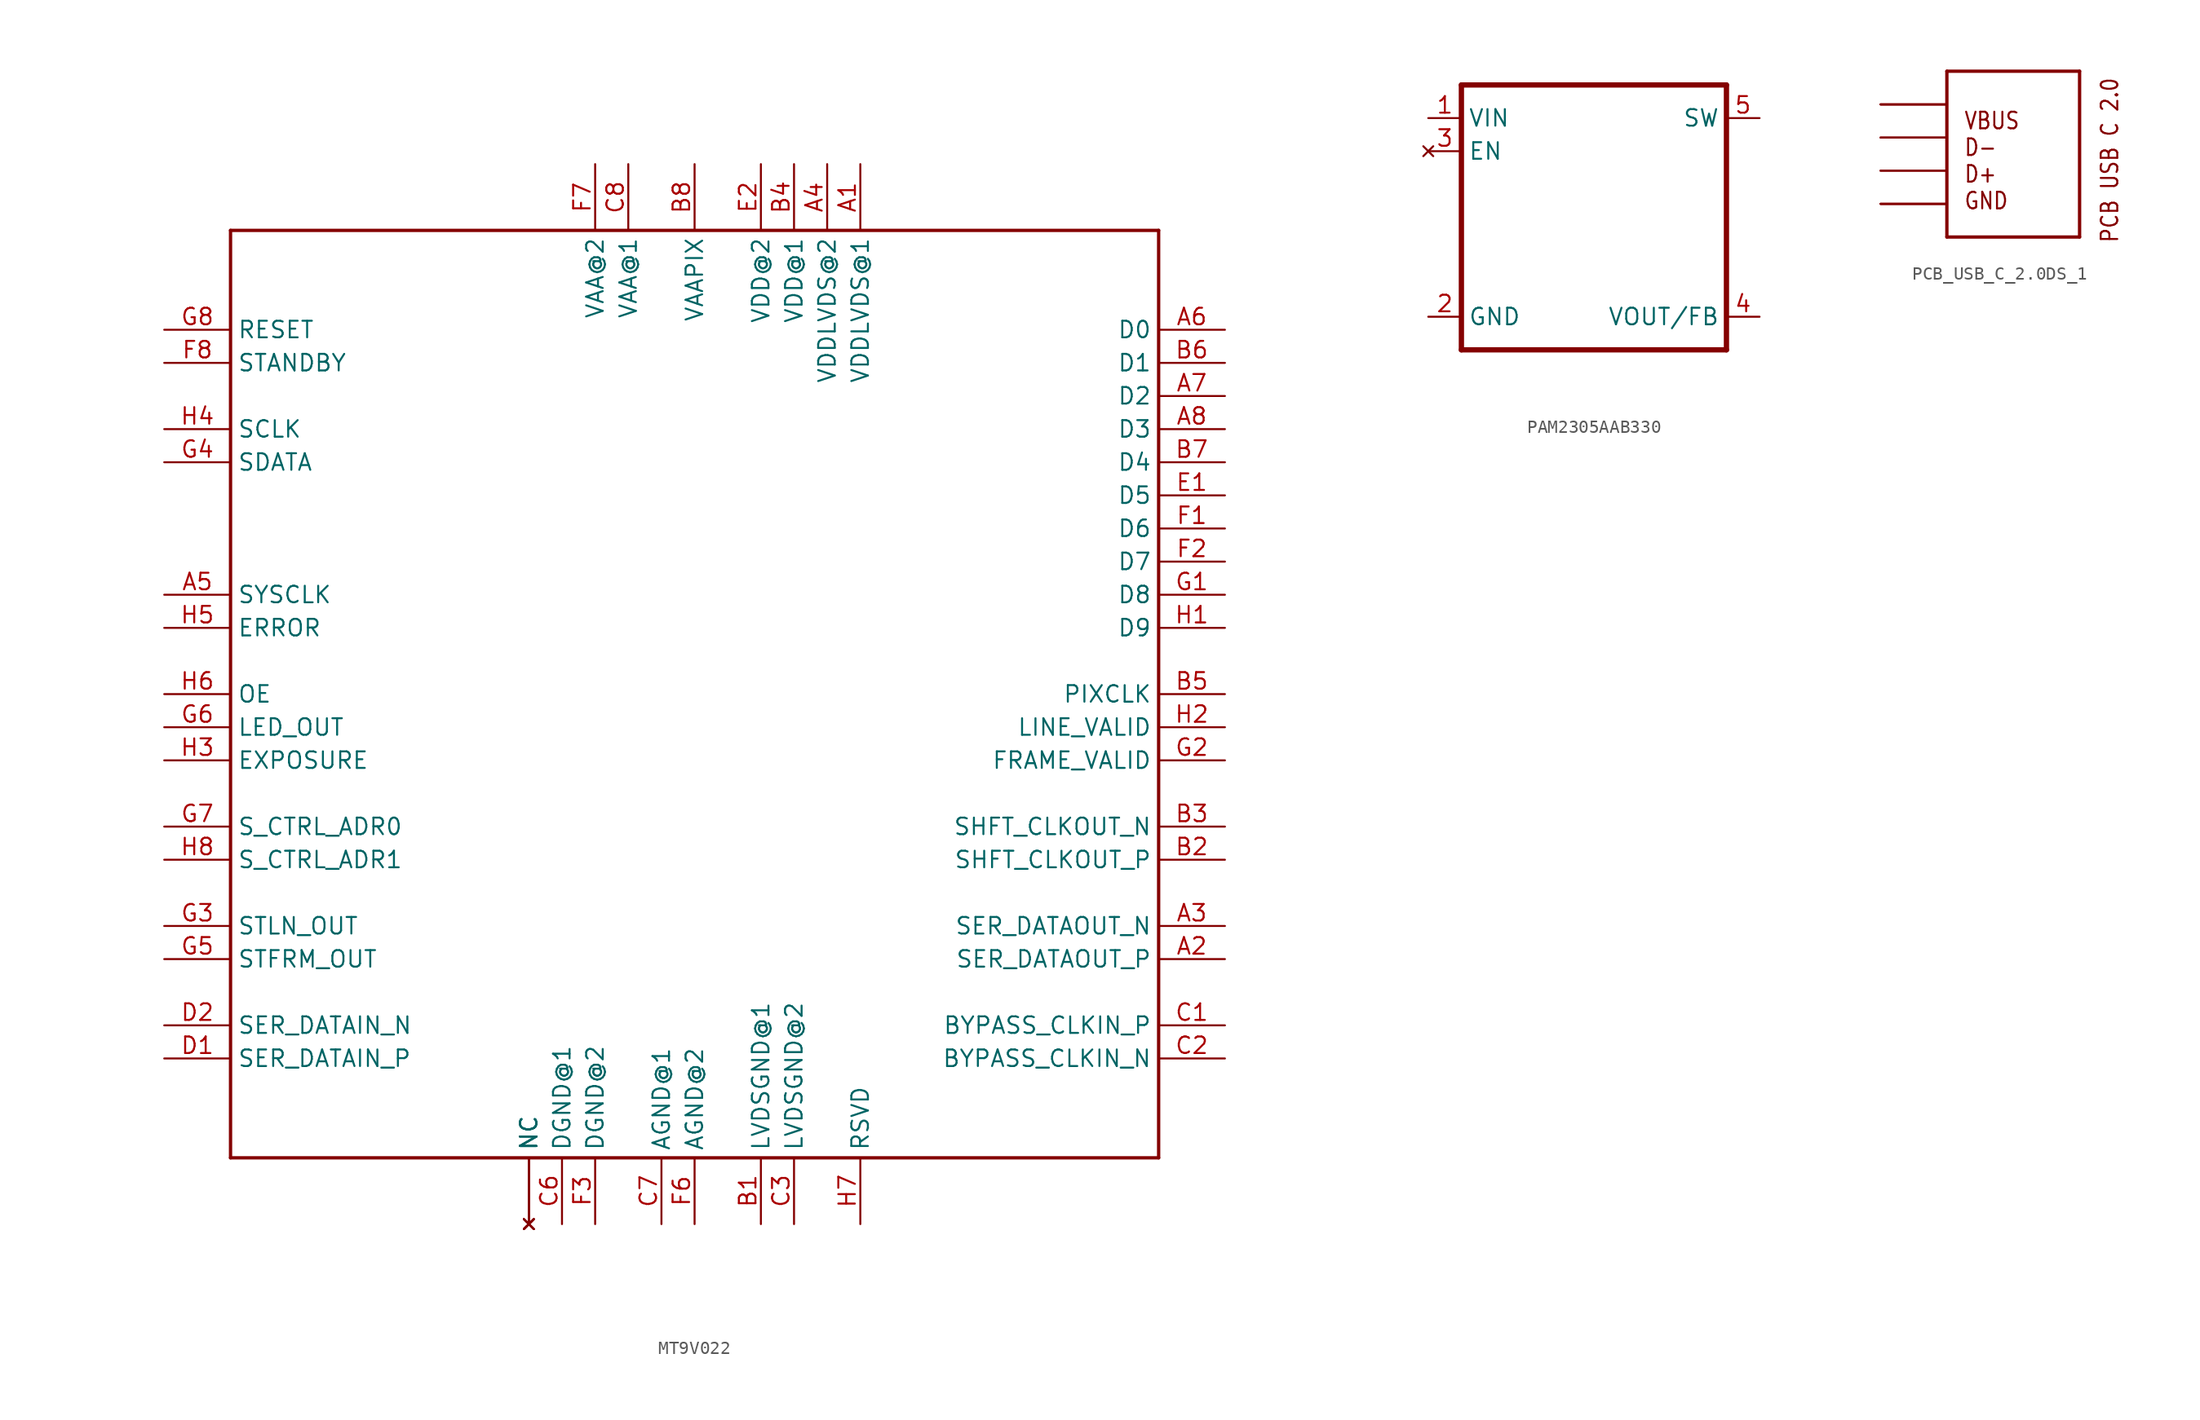
<source format=kicad_sym>
(kicad_symbol_lib
  (version 20231120)
  (generator "kicad_symbol_editor")
  (generator_version "8.0")
  (symbol "MT9V022"
    (property "Reference" ""
      (at -35.56 38.1 0)
      (effects (font (size 3.81 3.239)) (justify left bottom) (hide yes)))
    (property "Value" ""
      (at 15.24 -40.64 0)
      (effects (font (size 3.81 3.239)) (justify left bottom)))
    (property "ki_locked" ""
      (at 0 0 0)
      (effects (font (size 1.27 1.27))))
    (symbol "MT9V022_1_0"
      (polyline (pts (xy -35.56 -35.56) (xy -35.56 35.56)) (stroke (width 0.254) (type solid)) (fill (type none)))
      (polyline (pts (xy -35.56 35.56) (xy 35.56 35.56)) (stroke (width 0.254) (type solid)) (fill (type none)))
      (polyline (pts (xy 35.56 -35.56) (xy -35.56 -35.56)) (stroke (width 0.254) (type solid)) (fill (type none)))
      (polyline (pts (xy 35.56 35.56) (xy 35.56 -35.56)) (stroke (width 0.254) (type solid)) (fill (type none)))
      (pin passive line (at 12.7 40.64 270) (length 5.08) (name "VDDLVDS@1" (effects (font (size 1.27 1.27)))) (number "A1" (effects (font (size 1.27 1.27)))))
      (pin bidirectional line (at 40.64 -20.32 180) (length 5.08) (name "SER_DATAOUT_P" (effects (font (size 1.27 1.27)))) (number "A2" (effects (font (size 1.27 1.27)))))
      (pin bidirectional line (at 40.64 -17.78 180) (length 5.08) (name "SER_DATAOUT_N" (effects (font (size 1.27 1.27)))) (number "A3" (effects (font (size 1.27 1.27)))))
      (pin passive line (at 10.16 40.64 270) (length 5.08) (name "VDDLVDS@2" (effects (font (size 1.27 1.27)))) (number "A4" (effects (font (size 1.27 1.27)))))
      (pin bidirectional line (at -40.64 7.62 0) (length 5.08) (name "SYSCLK" (effects (font (size 1.27 1.27)))) (number "A5" (effects (font (size 1.27 1.27)))))
      (pin bidirectional line (at 40.64 27.94 180) (length 5.08) (name "D0" (effects (font (size 1.27 1.27)))) (number "A6" (effects (font (size 1.27 1.27)))))
      (pin bidirectional line (at 40.64 22.86 180) (length 5.08) (name "D2" (effects (font (size 1.27 1.27)))) (number "A7" (effects (font (size 1.27 1.27)))))
      (pin bidirectional line (at 40.64 20.32 180) (length 5.08) (name "D3" (effects (font (size 1.27 1.27)))) (number "A8" (effects (font (size 1.27 1.27)))))
      (pin power_in line (at 5.08 -40.64 90) (length 5.08) (name "LVDSGND@1" (effects (font (size 1.27 1.27)))) (number "B1" (effects (font (size 1.27 1.27)))))
      (pin bidirectional line (at 40.64 -12.7 180) (length 5.08) (name "SHFT_CLKOUT_P" (effects (font (size 1.27 1.27)))) (number "B2" (effects (font (size 1.27 1.27)))))
      (pin bidirectional line (at 40.64 -10.16 180) (length 5.08) (name "SHFT_CLKOUT_N" (effects (font (size 1.27 1.27)))) (number "B3" (effects (font (size 1.27 1.27)))))
      (pin power_in line (at 7.62 40.64 270) (length 5.08) (name "VDD@1" (effects (font (size 1.27 1.27)))) (number "B4" (effects (font (size 1.27 1.27)))))
      (pin bidirectional line (at 40.64 0 180) (length 5.08) (name "PIXCLK" (effects (font (size 1.27 1.27)))) (number "B5" (effects (font (size 1.27 1.27)))))
      (pin bidirectional line (at 40.64 25.4 180) (length 5.08) (name "D1" (effects (font (size 1.27 1.27)))) (number "B6" (effects (font (size 1.27 1.27)))))
      (pin bidirectional line (at 40.64 17.78 180) (length 5.08) (name "D4" (effects (font (size 1.27 1.27)))) (number "B7" (effects (font (size 1.27 1.27)))))
      (pin power_in line (at 0 40.64 270) (length 5.08) (name "VAAPIX" (effects (font (size 1.27 1.27)))) (number "B8" (effects (font (size 1.27 1.27)))))
      (pin bidirectional line (at 40.64 -25.4 180) (length 5.08) (name "BYPASS_CLKIN_P" (effects (font (size 1.27 1.27)))) (number "C1" (effects (font (size 1.27 1.27)))))
      (pin bidirectional line (at 40.64 -27.94 180) (length 5.08) (name "BYPASS_CLKIN_N" (effects (font (size 1.27 1.27)))) (number "C2" (effects (font (size 1.27 1.27)))))
      (pin power_in line (at 7.62 -40.64 90) (length 5.08) (name "LVDSGND@2" (effects (font (size 1.27 1.27)))) (number "C3" (effects (font (size 1.27 1.27)))))
      (pin power_in line (at -10.16 -40.64 90) (length 5.08) (name "DGND@1" (effects (font (size 1.27 1.27)))) (number "C6" (effects (font (size 1.27 1.27)))))
      (pin power_in line (at -2.54 -40.64 90) (length 5.08) (name "AGND@1" (effects (font (size 1.27 1.27)))) (number "C7" (effects (font (size 1.27 1.27)))))
      (pin power_in line (at -5.08 40.64 270) (length 5.08) (name "VAA@1" (effects (font (size 1.27 1.27)))) (number "C8" (effects (font (size 1.27 1.27)))))
      (pin bidirectional line (at -40.64 -27.94 0) (length 5.08) (name "SER_DATAIN_P" (effects (font (size 1.27 1.27)))) (number "D1" (effects (font (size 1.27 1.27)))))
      (pin bidirectional line (at -40.64 -25.4 0) (length 5.08) (name "SER_DATAIN_N" (effects (font (size 1.27 1.27)))) (number "D2" (effects (font (size 1.27 1.27)))))
      (pin no_connect line (at -12.7 -40.64 90) (length 5.08) (name "NC" (effects (font (size 1.27 1.27)))) (number "D7" (effects (font (size 0 0)))))
      (pin no_connect line (at -12.7 -40.64 90) (length 5.08) (name "NC" (effects (font (size 1.27 1.27)))) (number "D8" (effects (font (size 0 0)))))
      (pin bidirectional line (at 40.64 15.24 180) (length 5.08) (name "D5" (effects (font (size 1.27 1.27)))) (number "E1" (effects (font (size 1.27 1.27)))))
      (pin power_in line (at 5.08 40.64 270) (length 5.08) (name "VDD@2" (effects (font (size 1.27 1.27)))) (number "E2" (effects (font (size 1.27 1.27)))))
      (pin no_connect line (at -12.7 -40.64 90) (length 5.08) (name "NC" (effects (font (size 1.27 1.27)))) (number "E7" (effects (font (size 0 0)))))
      (pin no_connect line (at -12.7 -40.64 90) (length 5.08) (name "NC" (effects (font (size 1.27 1.27)))) (number "E8" (effects (font (size 0 0)))))
      (pin bidirectional line (at 40.64 12.7 180) (length 5.08) (name "D6" (effects (font (size 1.27 1.27)))) (number "F1" (effects (font (size 1.27 1.27)))))
      (pin bidirectional line (at 40.64 10.16 180) (length 5.08) (name "D7" (effects (font (size 1.27 1.27)))) (number "F2" (effects (font (size 1.27 1.27)))))
      (pin power_in line (at -7.62 -40.64 90) (length 5.08) (name "DGND@2" (effects (font (size 1.27 1.27)))) (number "F3" (effects (font (size 1.27 1.27)))))
      (pin power_in line (at 0 -40.64 90) (length 5.08) (name "AGND@2" (effects (font (size 1.27 1.27)))) (number "F6" (effects (font (size 1.27 1.27)))))
      (pin power_in line (at -7.62 40.64 270) (length 5.08) (name "VAA@2" (effects (font (size 1.27 1.27)))) (number "F7" (effects (font (size 1.27 1.27)))))
      (pin bidirectional line (at -40.64 25.4 0) (length 5.08) (name "STANDBY" (effects (font (size 1.27 1.27)))) (number "F8" (effects (font (size 1.27 1.27)))))
      (pin bidirectional line (at 40.64 7.62 180) (length 5.08) (name "D8" (effects (font (size 1.27 1.27)))) (number "G1" (effects (font (size 1.27 1.27)))))
      (pin bidirectional line (at 40.64 -5.08 180) (length 5.08) (name "FRAME_VALID" (effects (font (size 1.27 1.27)))) (number "G2" (effects (font (size 1.27 1.27)))))
      (pin bidirectional line (at -40.64 -17.78 0) (length 5.08) (name "STLN_OUT" (effects (font (size 1.27 1.27)))) (number "G3" (effects (font (size 1.27 1.27)))))
      (pin bidirectional line (at -40.64 17.78 0) (length 5.08) (name "SDATA" (effects (font (size 1.27 1.27)))) (number "G4" (effects (font (size 1.27 1.27)))))
      (pin bidirectional line (at -40.64 -20.32 0) (length 5.08) (name "STFRM_OUT" (effects (font (size 1.27 1.27)))) (number "G5" (effects (font (size 1.27 1.27)))))
      (pin bidirectional line (at -40.64 -2.54 0) (length 5.08) (name "LED_OUT" (effects (font (size 1.27 1.27)))) (number "G6" (effects (font (size 1.27 1.27)))))
      (pin bidirectional line (at -40.64 -10.16 0) (length 5.08) (name "S_CTRL_ADR0" (effects (font (size 1.27 1.27)))) (number "G7" (effects (font (size 1.27 1.27)))))
      (pin bidirectional line (at -40.64 27.94 0) (length 5.08) (name "RESET" (effects (font (size 1.27 1.27)))) (number "G8" (effects (font (size 1.27 1.27)))))
      (pin bidirectional line (at 40.64 5.08 180) (length 5.08) (name "D9" (effects (font (size 1.27 1.27)))) (number "H1" (effects (font (size 1.27 1.27)))))
      (pin bidirectional line (at 40.64 -2.54 180) (length 5.08) (name "LINE_VALID" (effects (font (size 1.27 1.27)))) (number "H2" (effects (font (size 1.27 1.27)))))
      (pin bidirectional line (at -40.64 -5.08 0) (length 5.08) (name "EXPOSURE" (effects (font (size 1.27 1.27)))) (number "H3" (effects (font (size 1.27 1.27)))))
      (pin bidirectional line (at -40.64 20.32 0) (length 5.08) (name "SCLK" (effects (font (size 1.27 1.27)))) (number "H4" (effects (font (size 1.27 1.27)))))
      (pin bidirectional line (at -40.64 5.08 0) (length 5.08) (name "ERROR" (effects (font (size 1.27 1.27)))) (number "H5" (effects (font (size 1.27 1.27)))))
      (pin bidirectional line (at -40.64 0 0) (length 5.08) (name "OE" (effects (font (size 1.27 1.27)))) (number "H6" (effects (font (size 1.27 1.27)))))
      (pin power_in line (at 12.7 -40.64 90) (length 5.08) (name "RSVD" (effects (font (size 1.27 1.27)))) (number "H7" (effects (font (size 1.27 1.27)))))
      (pin bidirectional line (at -40.64 -12.7 0) (length 5.08) (name "S_CTRL_ADR1" (effects (font (size 1.27 1.27)))) (number "H8" (effects (font (size 1.27 1.27)))))))
  (symbol "PAM2305AAB330"
    (property "Reference" ""
      (at -10.16 11.43 0)
      (effects (font (size 1.778 1.511)) (justify left bottom) (hide yes)))
    (property "Value" ""
      (at 3.81 -12.7 0)
      (effects (font (size 1.778 1.511)) (justify left bottom)))
    (property "ki_locked" ""
      (at 0 0 0)
      (effects (font (size 1.27 1.27))))
    (symbol "PAM2305AAB330_1_0"
      (polyline (pts (xy -10.16 -10.16) (xy 10.16 -10.16)) (stroke (width 0.406) (type solid)) (fill (type none)))
      (polyline (pts (xy -10.16 10.16) (xy -10.16 -10.16)) (stroke (width 0.406) (type solid)) (fill (type none)))
      (polyline (pts (xy 10.16 -10.16) (xy 10.16 10.16)) (stroke (width 0.406) (type solid)) (fill (type none)))
      (polyline (pts (xy 10.16 10.16) (xy -10.16 10.16)) (stroke (width 0.406) (type solid)) (fill (type none)))
      (pin power_in line (at -12.7 7.62 0) (length 2.54) (name "VIN" (effects (font (size 1.27 1.27)))) (number "1" (effects (font (size 1.27 1.27)))))
      (pin power_in line (at -12.7 -7.62 0) (length 2.54) (name "GND" (effects (font (size 1.27 1.27)))) (number "2" (effects (font (size 1.27 1.27)))))
      (pin no_connect line (at -12.7 5.08 0) (length 2.54) (name "EN" (effects (font (size 1.27 1.27)))) (number "3" (effects (font (size 1.27 1.27)))))
      (pin passive line (at 12.7 -7.62 180) (length 2.54) (name "VOUT/FB" (effects (font (size 1.27 1.27)))) (number "4" (effects (font (size 1.27 1.27)))))
      (pin power_in line (at 12.7 7.62 180) (length 2.54) (name "SW" (effects (font (size 1.27 1.27)))) (number "5" (effects (font (size 1.27 1.27)))))))
  (symbol "PCB_USB_C_2.0DS_1"
    (property "Reference" ""
      (at -1.778 5.842 0)
      (effects (font (size 1.27 1.079)) (justify left bottom) (hide yes)))
    (property "ki_locked" ""
      (at 0 0 0)
      (effects (font (size 1.27 1.27))))
    (symbol "PCB_USB_C_2.0DS_1_1_0"
      (polyline (pts (xy -2.54 -7.62) (xy 7.62 -7.62)) (stroke (width 0.254) (type solid)) (fill (type none)))
      (polyline (pts (xy -2.54 5.08) (xy -2.54 -7.62)) (stroke (width 0.254) (type solid)) (fill (type none)))
      (polyline (pts (xy -2.54 5.08) (xy 7.62 5.08)) (stroke (width 0.254) (type solid)) (fill (type none)))
      (polyline (pts (xy 7.62 -7.62) (xy 7.62 5.08)) (stroke (width 0.254) (type solid)) (fill (type none)))
      (text "PCB USB C 2.0" (at 10.668 -8.128 900) (effects (font (size 1.27 1.079)) (justify left bottom)))
      (text "VBUS\nD-\nD+\nGND" (at -1.27 -5.588 0) (effects (font (size 1.27 1.079)) (justify left bottom)))
      (pin bidirectional line (at -7.62 -5.08 0) (length 5.08) (name "GND" (effects (font (size 0 0)))) (number "A1" (effects (font (size 0 0)))))
      (pin bidirectional line (at -7.62 -5.08 0) (length 5.08) (name "GND" (effects (font (size 0 0)))) (number "A12" (effects (font (size 0 0)))))
      (pin bidirectional line (at -7.62 2.54 0) (length 5.08) (name "VBUS" (effects (font (size 0 0)))) (number "A4" (effects (font (size 0 0)))))
      (pin bidirectional line (at -7.62 -2.54 0) (length 5.08) (name "D+" (effects (font (size 0 0)))) (number "A6" (effects (font (size 0 0)))))
      (pin bidirectional line (at -7.62 0 0) (length 5.08) (name "D-" (effects (font (size 0 0)))) (number "A7" (effects (font (size 0 0)))))
      (pin bidirectional line (at -7.62 2.54 0) (length 5.08) (name "VBUS" (effects (font (size 0 0)))) (number "A9" (effects (font (size 0 0)))))
      (pin bidirectional line (at -7.62 -5.08 0) (length 5.08) (name "GND" (effects (font (size 0 0)))) (number "B1" (effects (font (size 0 0)))))
      (pin bidirectional line (at -7.62 -5.08 0) (length 5.08) (name "GND" (effects (font (size 0 0)))) (number "B12" (effects (font (size 0 0)))))
      (pin bidirectional line (at -7.62 2.54 0) (length 5.08) (name "VBUS" (effects (font (size 0 0)))) (number "B4" (effects (font (size 0 0)))))
      (pin bidirectional line (at -7.62 -2.54 0) (length 5.08) (name "D+" (effects (font (size 0 0)))) (number "B6" (effects (font (size 0 0)))))
      (pin bidirectional line (at -7.62 0 0) (length 5.08) (name "D-" (effects (font (size 0 0)))) (number "B7" (effects (font (size 0 0)))))
      (pin bidirectional line (at -7.62 2.54 0) (length 5.08) (name "VBUS" (effects (font (size 0 0)))) (number "B9" (effects (font (size 0 0))))))))
</source>
